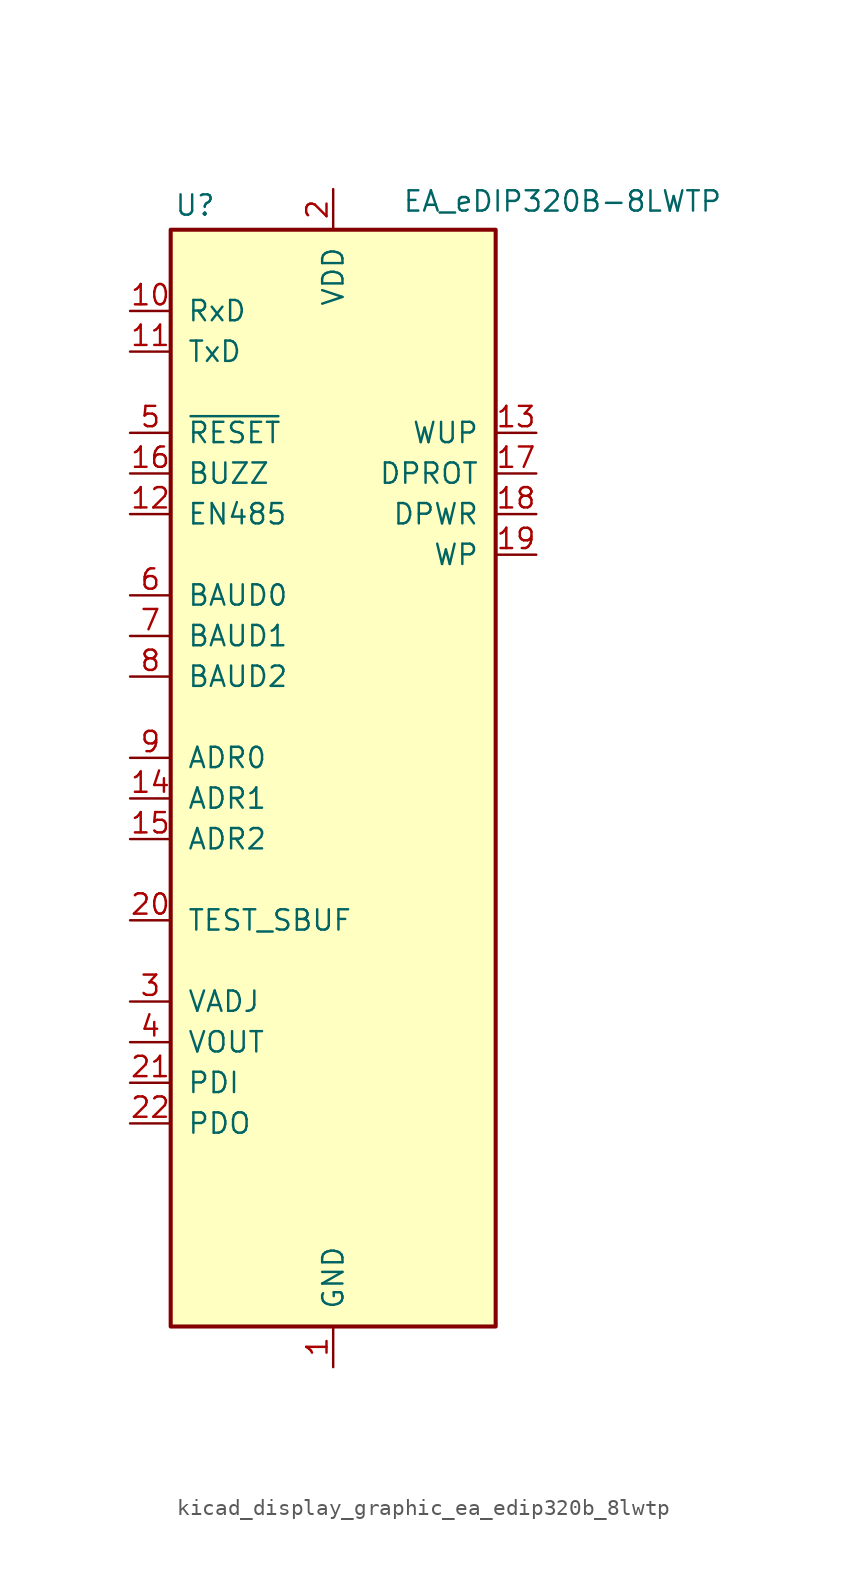
<source format=kicad_sym>
(kicad_symbol_lib
  (version 20220914)
  (generator kicad_symbol_editor)
  (symbol "kicad_display_graphic_ea_edip320b_8lwtp"
    (pin_names
      (offset 1.016))
    (property "Reference" "U"
      (at -8.636 29.464 0)
      (effects (font (size 1.27 1.27))))
    (property "Value" "EA_eDIP320B-8LWTP"
      (at 4.318 29.718 0)
      (effects (font (size 1.27 1.27)) (justify left)))
    (symbol "kicad_display_graphic_ea_edip320b_8lwtp_0_1"
      (rectangle (start -10.16 27.94) (end 10.16 -40.64) (stroke (width 0.254) (type default)) (fill (type background))))
    (symbol "kicad_display_graphic_ea_edip320b_8lwtp_1_1"
      (pin power_in line (at 0 -43.18 90) (length 2.54) (name "GND" (effects (font (size 1.27 1.27)))) (number "1" (effects (font (size 1.27 1.27)))))
      (pin input line (at -12.7 22.86 0) (length 2.54) (name "RxD" (effects (font (size 1.27 1.27)))) (number "10" (effects (font (size 1.27 1.27)))))
      (pin output line (at -12.7 20.32 0) (length 2.54) (name "TxD" (effects (font (size 1.27 1.27)))) (number "11" (effects (font (size 1.27 1.27)))))
      (pin output line (at -12.7 10.16 0) (length 2.54) (name "EN485" (effects (font (size 1.27 1.27)))) (number "12" (effects (font (size 1.27 1.27)))))
      (pin input line (at 12.7 15.24 180) (length 2.54) (name "WUP" (effects (font (size 1.27 1.27)))) (number "13" (effects (font (size 1.27 1.27)))))
      (pin input line (at -12.7 -7.62 0) (length 2.54) (name "ADR1" (effects (font (size 1.27 1.27)))) (number "14" (effects (font (size 1.27 1.27)))))
      (pin input line (at -12.7 -10.16 0) (length 2.54) (name "ADR2" (effects (font (size 1.27 1.27)))) (number "15" (effects (font (size 1.27 1.27)))))
      (pin output line (at -12.7 12.7 0) (length 2.54) (name "BUZZ" (effects (font (size 1.27 1.27)))) (number "16" (effects (font (size 1.27 1.27)))))
      (pin input line (at 12.7 12.7 180) (length 2.54) (name "DPROT" (effects (font (size 1.27 1.27)))) (number "17" (effects (font (size 1.27 1.27)))))
      (pin output line (at 12.7 10.16 180) (length 2.54) (name "DPWR" (effects (font (size 1.27 1.27)))) (number "18" (effects (font (size 1.27 1.27)))))
      (pin input line (at 12.7 7.62 180) (length 2.54) (name "WP" (effects (font (size 1.27 1.27)))) (number "19" (effects (font (size 1.27 1.27)))))
      (pin power_in line (at 0 30.48 270) (length 2.54) (name "VDD" (effects (font (size 1.27 1.27)))) (number "2" (effects (font (size 1.27 1.27)))))
      (pin open_collector line (at -12.7 -15.24 0) (length 2.54) (name "TEST_SBUF" (effects (font (size 1.27 1.27)))) (number "20" (effects (font (size 1.27 1.27)))))
      (pin input line (at -12.7 -25.4 0) (length 2.54) (name "PDI" (effects (font (size 1.27 1.27)))) (number "21" (effects (font (size 1.27 1.27)))))
      (pin output line (at -12.7 -27.94 0) (length 2.54) (name "PDO" (effects (font (size 1.27 1.27)))) (number "22" (effects (font (size 1.27 1.27)))))
      (pin no_connect line (at -10.16 -30.48 0) (length 2.54) hide (name "NC" (effects (font (size 1.27 1.27)))) (number "23" (effects (font (size 1.27 1.27)))))
      (pin no_connect line (at -10.16 -33.02 0) (length 2.54) hide (name "NC" (effects (font (size 1.27 1.27)))) (number "24" (effects (font (size 1.27 1.27)))))
      (pin no_connect line (at -10.16 -35.56 0) (length 2.54) hide (name "NC" (effects (font (size 1.27 1.27)))) (number "25" (effects (font (size 1.27 1.27)))))
      (pin no_connect line (at -10.16 -38.1 0) (length 2.54) hide (name "NC" (effects (font (size 1.27 1.27)))) (number "26" (effects (font (size 1.27 1.27)))))
      (pin no_connect line (at 10.16 25.4 180) (length 2.54) hide (name "NC" (effects (font (size 1.27 1.27)))) (number "27" (effects (font (size 1.27 1.27)))))
      (pin no_connect line (at 10.16 22.86 180) (length 2.54) hide (name "NC" (effects (font (size 1.27 1.27)))) (number "28" (effects (font (size 1.27 1.27)))))
      (pin no_connect line (at 10.16 20.32 180) (length 2.54) hide (name "NC" (effects (font (size 1.27 1.27)))) (number "29" (effects (font (size 1.27 1.27)))))
      (pin input line (at -12.7 -20.32 0) (length 2.54) (name "VADJ" (effects (font (size 1.27 1.27)))) (number "3" (effects (font (size 1.27 1.27)))))
      (pin no_connect line (at 10.16 17.78 180) (length 2.54) hide (name "NC" (effects (font (size 1.27 1.27)))) (number "30" (effects (font (size 1.27 1.27)))))
      (pin no_connect line (at 10.16 5.08 180) (length 2.54) hide (name "NC" (effects (font (size 1.27 1.27)))) (number "31" (effects (font (size 1.27 1.27)))))
      (pin no_connect line (at 10.16 2.54 180) (length 2.54) hide (name "NC" (effects (font (size 1.27 1.27)))) (number "32" (effects (font (size 1.27 1.27)))))
      (pin no_connect line (at 10.16 0 180) (length 2.54) hide (name "NC" (effects (font (size 1.27 1.27)))) (number "33" (effects (font (size 1.27 1.27)))))
      (pin no_connect line (at 10.16 -2.54 180) (length 2.54) hide (name "NC" (effects (font (size 1.27 1.27)))) (number "34" (effects (font (size 1.27 1.27)))))
      (pin no_connect line (at 10.16 -5.08 180) (length 2.54) hide (name "NC" (effects (font (size 1.27 1.27)))) (number "35" (effects (font (size 1.27 1.27)))))
      (pin no_connect line (at 10.16 -7.62 180) (length 2.54) hide (name "NC" (effects (font (size 1.27 1.27)))) (number "36" (effects (font (size 1.27 1.27)))))
      (pin no_connect line (at 10.16 -10.16 180) (length 2.54) hide (name "NC" (effects (font (size 1.27 1.27)))) (number "37" (effects (font (size 1.27 1.27)))))
      (pin no_connect line (at 10.16 -12.7 180) (length 2.54) hide (name "NC" (effects (font (size 1.27 1.27)))) (number "38" (effects (font (size 1.27 1.27)))))
      (pin no_connect line (at 10.16 -15.24 180) (length 2.54) hide (name "NC" (effects (font (size 1.27 1.27)))) (number "39" (effects (font (size 1.27 1.27)))))
      (pin output line (at -12.7 -22.86 0) (length 2.54) (name "VOUT" (effects (font (size 1.27 1.27)))) (number "4" (effects (font (size 1.27 1.27)))))
      (pin no_connect line (at 10.16 -17.78 180) (length 2.54) hide (name "NC" (effects (font (size 1.27 1.27)))) (number "40" (effects (font (size 1.27 1.27)))))
      (pin no_connect line (at 10.16 -20.32 180) (length 2.54) hide (name "NC" (effects (font (size 1.27 1.27)))) (number "41" (effects (font (size 1.27 1.27)))))
      (pin no_connect line (at 10.16 -22.86 180) (length 2.54) hide (name "NC" (effects (font (size 1.27 1.27)))) (number "42" (effects (font (size 1.27 1.27)))))
      (pin no_connect line (at 10.16 -25.4 180) (length 2.54) hide (name "NC" (effects (font (size 1.27 1.27)))) (number "43" (effects (font (size 1.27 1.27)))))
      (pin no_connect line (at 10.16 -27.94 180) (length 2.54) hide (name "NC" (effects (font (size 1.27 1.27)))) (number "44" (effects (font (size 1.27 1.27)))))
      (pin no_connect line (at 10.16 -30.48 180) (length 2.54) hide (name "NC" (effects (font (size 1.27 1.27)))) (number "45" (effects (font (size 1.27 1.27)))))
      (pin no_connect line (at 10.16 -33.02 180) (length 2.54) hide (name "NC" (effects (font (size 1.27 1.27)))) (number "46" (effects (font (size 1.27 1.27)))))
      (pin no_connect line (at 10.16 -35.56 180) (length 2.54) hide (name "NC" (effects (font (size 1.27 1.27)))) (number "47" (effects (font (size 1.27 1.27)))))
      (pin input line (at -12.7 15.24 0) (length 2.54) (name "~{RESET}" (effects (font (size 1.27 1.27)))) (number "5" (effects (font (size 1.27 1.27)))))
      (pin input line (at -12.7 5.08 0) (length 2.54) (name "BAUD0" (effects (font (size 1.27 1.27)))) (number "6" (effects (font (size 1.27 1.27)))))
      (pin input line (at -12.7 2.54 0) (length 2.54) (name "BAUD1" (effects (font (size 1.27 1.27)))) (number "7" (effects (font (size 1.27 1.27)))))
      (pin no_connect line (at 10.16 -38.1 180) (length 2.54) hide (name "NC" (effects (font (size 1.27 1.27)))) (number "78" (effects (font (size 1.27 1.27)))))
      (pin input line (at -12.7 0 0) (length 2.54) (name "BAUD2" (effects (font (size 1.27 1.27)))) (number "8" (effects (font (size 1.27 1.27)))))
      (pin input line (at -12.7 -5.08 0) (length 2.54) (name "ADR0" (effects (font (size 1.27 1.27)))) (number "9" (effects (font (size 1.27 1.27))))))))
</source>
